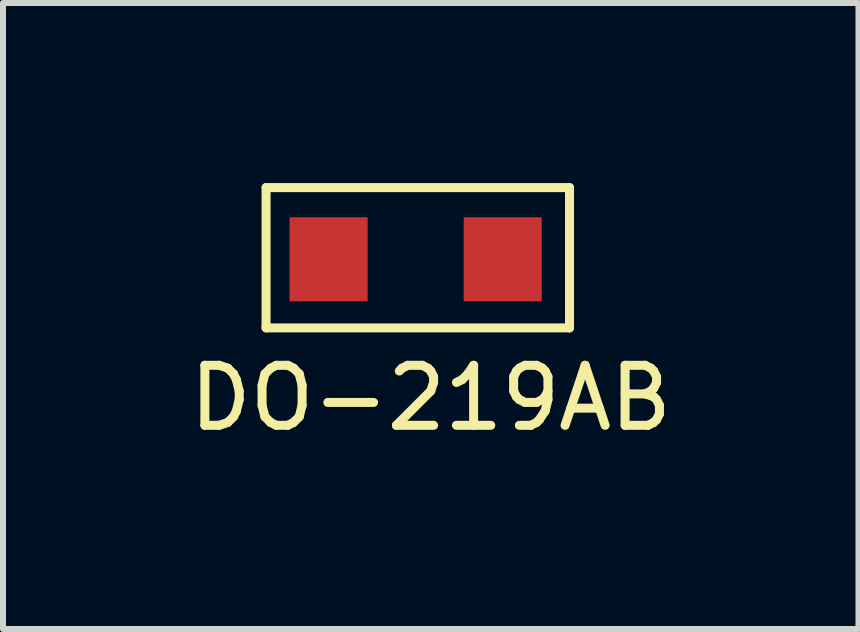
<source format=kicad_pcb>
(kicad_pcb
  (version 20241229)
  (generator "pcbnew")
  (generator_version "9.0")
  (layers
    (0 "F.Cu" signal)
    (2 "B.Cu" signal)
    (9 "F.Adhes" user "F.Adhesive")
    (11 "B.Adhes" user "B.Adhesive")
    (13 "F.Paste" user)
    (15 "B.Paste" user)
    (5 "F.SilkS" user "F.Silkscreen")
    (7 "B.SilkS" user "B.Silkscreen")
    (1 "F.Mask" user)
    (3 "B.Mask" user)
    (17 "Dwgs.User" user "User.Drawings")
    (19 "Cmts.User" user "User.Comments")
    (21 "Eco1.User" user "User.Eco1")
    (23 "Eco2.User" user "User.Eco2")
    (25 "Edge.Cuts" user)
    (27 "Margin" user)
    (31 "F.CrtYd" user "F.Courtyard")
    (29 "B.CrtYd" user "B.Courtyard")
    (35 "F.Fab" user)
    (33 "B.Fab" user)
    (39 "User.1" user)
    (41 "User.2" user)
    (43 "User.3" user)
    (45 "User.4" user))
  (footprint "DO-219AB"
    (layer "F.Cu")
    (at 3.846 1.142)
    (property "Reference" "DO-219AB" (at 0.279 2.438 0) (layer "F.SilkS") (effects (font (size 1 1) (thickness 0.15))))
    (attr through_hole)
    (fp_line (start -2.464 -1.067) (end 2.591 -1.067) (stroke (width 0.15) (type solid)) (layer "F.SilkS"))
    (fp_line (start -2.464 1.27) (end -2.464 -1.067) (stroke (width 0.15) (type solid)) (layer "F.SilkS"))
    (fp_line (start 2.591 -1.067) (end 2.591 1.27) (stroke (width 0.15) (type solid)) (layer "F.SilkS"))
    (fp_line (start 2.591 1.27) (end -2.464 1.27) (stroke (width 0.15) (type solid)) (layer "F.SilkS"))
    (pad "1" smd rect (at -1.422 0.127) (size 1.3 1.4) (layers "F.Cu" "F.Mask" "F.Paste"))
    (pad "2" smd rect (at 1.478 0.127) (size 1.3 1.4) (layers "F.Cu" "F.Mask" "F.Paste")))
  (gr_rect
    (start -3 -3)
    (end 11.25 7.428)
    (stroke (width 0.1) (type default))
    (fill no)
    (layer "Edge.Cuts")))
</source>
